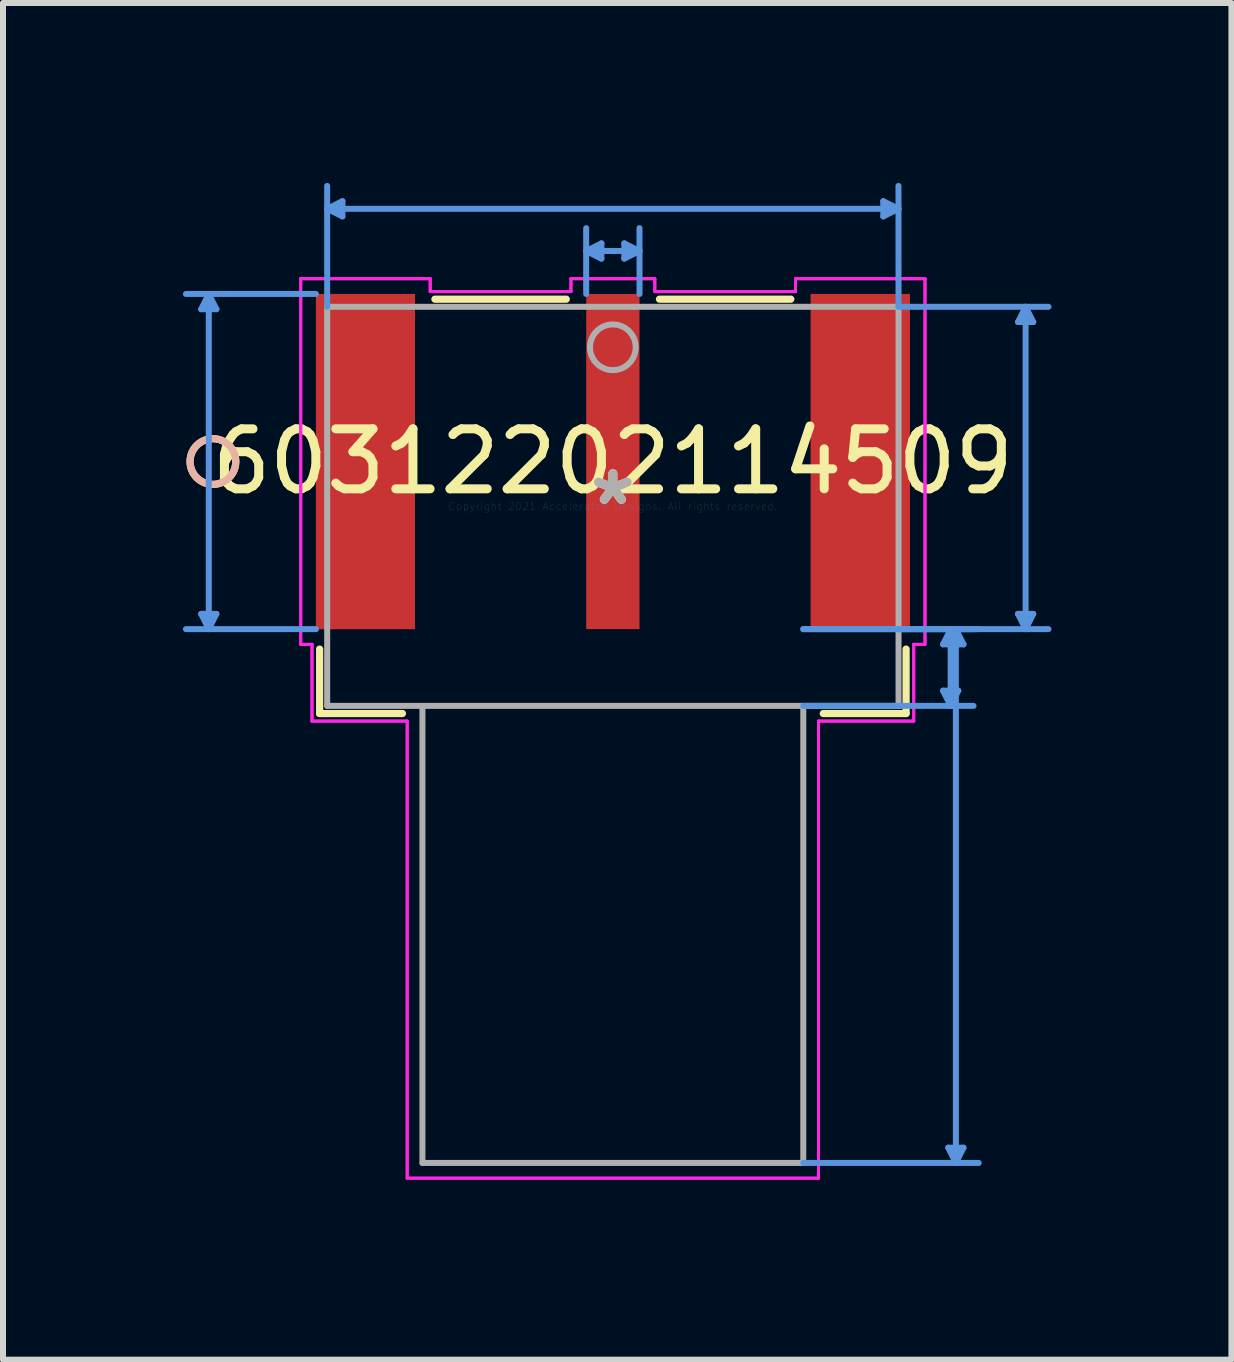
<source format=kicad_pcb>
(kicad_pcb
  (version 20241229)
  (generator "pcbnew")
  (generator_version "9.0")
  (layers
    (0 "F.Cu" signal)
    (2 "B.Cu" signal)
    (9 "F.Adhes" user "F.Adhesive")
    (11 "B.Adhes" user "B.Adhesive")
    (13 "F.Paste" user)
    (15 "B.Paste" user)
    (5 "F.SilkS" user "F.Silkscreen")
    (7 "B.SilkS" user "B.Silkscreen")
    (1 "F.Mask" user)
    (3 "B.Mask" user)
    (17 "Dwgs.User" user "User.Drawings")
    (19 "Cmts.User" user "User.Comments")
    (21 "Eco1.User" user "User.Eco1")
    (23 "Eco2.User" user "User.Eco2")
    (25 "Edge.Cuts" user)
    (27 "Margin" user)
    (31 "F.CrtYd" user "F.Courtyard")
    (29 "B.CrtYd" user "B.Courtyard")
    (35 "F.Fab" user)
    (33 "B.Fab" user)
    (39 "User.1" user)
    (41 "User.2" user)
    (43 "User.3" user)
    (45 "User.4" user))
  (footprint "60312202114509"
    (layer "F.Cu")
    (at 7.168 5.392)
    (property "Reference" "60312202114509" (at 0 -0.747 0) (layer "F.SilkS") (effects (font (size 1 1) (thickness 0.15))))
    (attr through_hole)
    (fp_line (start -4.889 2.38) (end -4.889 3.454) (stroke (width 0.12) (type solid)) (layer "F.SilkS"))
    (fp_line (start -4.889 3.454) (end -3.508 3.454) (stroke (width 0.12) (type solid)) (layer "F.SilkS"))
    (fp_line (start -0.777 -3.454) (end -2.967 -3.454) (stroke (width 0.12) (type solid)) (layer "F.SilkS"))
    (fp_line (start 2.967 -3.454) (end 0.777 -3.454) (stroke (width 0.12) (type solid)) (layer "F.SilkS"))
    (fp_line (start 3.508 3.454) (end 4.889 3.454) (stroke (width 0.12) (type solid)) (layer "F.SilkS"))
    (fp_line (start 4.889 3.454) (end 4.889 2.38) (stroke (width 0.12) (type solid)) (layer "F.SilkS"))
    (fp_circle (center -6.668 -0.747) (end -6.287 -0.747) (stroke (width 0.12) (type solid)) (fill no) (layer "F.SilkS"))
    (fp_circle (center -6.668 -0.747) (end -6.287 -0.747) (stroke (width 0.12) (type solid)) (fill no) (layer "B.SilkS"))
    (fp_line (start -6.864 1.793) (end -6.737 2.047) (stroke (width 0.1) (type solid)) (layer "Cmts.User"))
    (fp_line (start -6.864 -3.287) (end -6.737 -3.541) (stroke (width 0.1) (type solid)) (layer "Cmts.User"))
    (fp_line (start -6.864 -3.287) (end -6.61 -3.287) (stroke (width 0.1) (type solid)) (layer "Cmts.User"))
    (fp_line (start -6.737 -3.541) (end -6.737 2.047) (stroke (width 0.1) (type solid)) (layer "Cmts.User"))
    (fp_line (start -6.61 1.793) (end -6.864 1.793) (stroke (width 0.1) (type solid)) (layer "Cmts.User"))
    (fp_line (start -6.61 1.793) (end -6.737 2.047) (stroke (width 0.1) (type solid)) (layer "Cmts.User"))
    (fp_line (start -6.61 -3.287) (end -6.737 -3.541) (stroke (width 0.1) (type solid)) (layer "Cmts.User"))
    (fp_line (start -4.95 -3.541) (end -7.118 -3.541) (stroke (width 0.1) (type solid)) (layer "Cmts.User"))
    (fp_line (start -4.95 2.047) (end -7.118 2.047) (stroke (width 0.1) (type solid)) (layer "Cmts.User"))
    (fp_line (start -4.763 -4.961) (end 4.762 -4.961) (stroke (width 0.1) (type solid)) (layer "Cmts.User"))
    (fp_line (start -4.763 -3.327) (end -4.763 -5.342) (stroke (width 0.1) (type solid)) (layer "Cmts.User"))
    (fp_line (start -4.509 -4.834) (end -4.763 -4.961) (stroke (width 0.1) (type solid)) (layer "Cmts.User"))
    (fp_line (start -4.509 -4.834) (end -4.509 -5.088) (stroke (width 0.1) (type solid)) (layer "Cmts.User"))
    (fp_line (start -4.509 -5.088) (end -4.763 -4.961) (stroke (width 0.1) (type solid)) (layer "Cmts.User"))
    (fp_line (start -0.445 -4.257) (end 0.444 -4.257) (stroke (width 0.1) (type solid)) (layer "Cmts.User"))
    (fp_line (start -0.445 -3.541) (end -0.445 -4.638) (stroke (width 0.1) (type solid)) (layer "Cmts.User"))
    (fp_line (start -0.191 -4.384) (end -0.445 -4.257) (stroke (width 0.1) (type solid)) (layer "Cmts.User"))
    (fp_line (start -0.191 -4.13) (end -0.445 -4.257) (stroke (width 0.1) (type solid)) (layer "Cmts.User"))
    (fp_line (start -0.191 -4.13) (end -0.191 -4.384) (stroke (width 0.1) (type solid)) (layer "Cmts.User"))
    (fp_line (start 0.191 -4.384) (end 0.191 -4.13) (stroke (width 0.1) (type solid)) (layer "Cmts.User"))
    (fp_line (start 0.191 -4.384) (end 0.444 -4.257) (stroke (width 0.1) (type solid)) (layer "Cmts.User"))
    (fp_line (start 0.191 -4.13) (end 0.444 -4.257) (stroke (width 0.1) (type solid)) (layer "Cmts.User"))
    (fp_line (start 0.445 -3.541) (end 0.444 -4.638) (stroke (width 0.1) (type solid)) (layer "Cmts.User"))
    (fp_line (start 3.175 2.047) (end 6.013 2.047) (stroke (width 0.1) (type solid)) (layer "Cmts.User"))
    (fp_line (start 3.175 2.047) (end 6.1 2.047) (stroke (width 0.1) (type solid)) (layer "Cmts.User"))
    (fp_line (start 3.175 3.327) (end 6.013 3.327) (stroke (width 0.1) (type solid)) (layer "Cmts.User"))
    (fp_line (start 3.175 10.947) (end 6.1 10.947) (stroke (width 0.1) (type solid)) (layer "Cmts.User"))
    (fp_line (start 4.509 -4.834) (end 4.762 -4.961) (stroke (width 0.1) (type solid)) (layer "Cmts.User"))
    (fp_line (start 4.509 -5.088) (end 4.509 -4.834) (stroke (width 0.1) (type solid)) (layer "Cmts.User"))
    (fp_line (start 4.509 -5.088) (end 4.762 -4.961) (stroke (width 0.1) (type solid)) (layer "Cmts.User"))
    (fp_line (start 4.763 -3.327) (end 4.762 -5.342) (stroke (width 0.1) (type solid)) (layer "Cmts.User"))
    (fp_line (start 4.763 -3.327) (end 7.263 -3.327) (stroke (width 0.1) (type solid)) (layer "Cmts.User"))
    (fp_line (start 4.763 2.047) (end 7.263 2.047) (stroke (width 0.1) (type solid)) (layer "Cmts.User"))
    (fp_line (start 5.505 3.073) (end 5.632 3.327) (stroke (width 0.1) (type solid)) (layer "Cmts.User"))
    (fp_line (start 5.505 2.301) (end 5.632 2.047) (stroke (width 0.1) (type solid)) (layer "Cmts.User"))
    (fp_line (start 5.505 2.301) (end 5.759 2.301) (stroke (width 0.1) (type solid)) (layer "Cmts.User"))
    (fp_line (start 5.592 10.693) (end 5.719 10.947) (stroke (width 0.1) (type solid)) (layer "Cmts.User"))
    (fp_line (start 5.592 2.301) (end 5.719 2.047) (stroke (width 0.1) (type solid)) (layer "Cmts.User"))
    (fp_line (start 5.592 2.301) (end 5.846 2.301) (stroke (width 0.1) (type solid)) (layer "Cmts.User"))
    (fp_line (start 5.632 2.047) (end 5.632 3.327) (stroke (width 0.1) (type solid)) (layer "Cmts.User"))
    (fp_line (start 5.719 2.047) (end 5.719 10.947) (stroke (width 0.1) (type solid)) (layer "Cmts.User"))
    (fp_line (start 5.759 2.301) (end 5.632 2.047) (stroke (width 0.1) (type solid)) (layer "Cmts.User"))
    (fp_line (start 5.759 3.073) (end 5.505 3.073) (stroke (width 0.1) (type solid)) (layer "Cmts.User"))
    (fp_line (start 5.759 3.073) (end 5.632 3.327) (stroke (width 0.1) (type solid)) (layer "Cmts.User"))
    (fp_line (start 5.846 10.693) (end 5.592 10.693) (stroke (width 0.1) (type solid)) (layer "Cmts.User"))
    (fp_line (start 5.846 10.693) (end 5.719 10.947) (stroke (width 0.1) (type solid)) (layer "Cmts.User"))
    (fp_line (start 5.846 2.301) (end 5.719 2.047) (stroke (width 0.1) (type solid)) (layer "Cmts.User"))
    (fp_line (start 6.755 1.793) (end 6.882 2.047) (stroke (width 0.1) (type solid)) (layer "Cmts.User"))
    (fp_line (start 6.755 -3.073) (end 6.882 -3.327) (stroke (width 0.1) (type solid)) (layer "Cmts.User"))
    (fp_line (start 6.755 -3.073) (end 7.009 -3.073) (stroke (width 0.1) (type solid)) (layer "Cmts.User"))
    (fp_line (start 6.882 -3.327) (end 6.882 2.047) (stroke (width 0.1) (type solid)) (layer "Cmts.User"))
    (fp_line (start 7.009 1.793) (end 6.755 1.793) (stroke (width 0.1) (type solid)) (layer "Cmts.User"))
    (fp_line (start 7.009 1.793) (end 6.882 2.047) (stroke (width 0.1) (type solid)) (layer "Cmts.User"))
    (fp_line (start 7.009 -3.073) (end 6.882 -3.327) (stroke (width 0.1) (type solid)) (layer "Cmts.User"))
    (fp_line (start -5.204 -3.795) (end -5.204 2.301) (stroke (width 0.05) (type solid)) (layer "F.CrtYd"))
    (fp_line (start -5.204 -3.795) (end -5.204 2.301) (stroke (width 0.05) (type solid)) (layer "F.CrtYd"))
    (fp_line (start -5.204 2.301) (end -5.016 2.301) (stroke (width 0.05) (type solid)) (layer "F.CrtYd"))
    (fp_line (start -5.204 2.301) (end -5.016 2.301) (stroke (width 0.05) (type solid)) (layer "F.CrtYd"))
    (fp_line (start -5.016 2.301) (end -5.016 3.581) (stroke (width 0.05) (type solid)) (layer "F.CrtYd"))
    (fp_line (start -5.016 2.301) (end -5.016 3.581) (stroke (width 0.05) (type solid)) (layer "F.CrtYd"))
    (fp_line (start -5.016 3.581) (end -3.429 3.581) (stroke (width 0.05) (type solid)) (layer "F.CrtYd"))
    (fp_line (start -5.016 3.581) (end -3.429 3.581) (stroke (width 0.05) (type solid)) (layer "F.CrtYd"))
    (fp_line (start -3.429 3.581) (end -3.429 11.201) (stroke (width 0.05) (type solid)) (layer "F.CrtYd"))
    (fp_line (start -3.429 3.581) (end -3.429 11.201) (stroke (width 0.05) (type solid)) (layer "F.CrtYd"))
    (fp_line (start -3.429 11.201) (end 3.429 11.201) (stroke (width 0.05) (type solid)) (layer "F.CrtYd"))
    (fp_line (start -3.429 11.201) (end 3.429 11.201) (stroke (width 0.05) (type solid)) (layer "F.CrtYd"))
    (fp_line (start -3.045 -3.795) (end -5.204 -3.795) (stroke (width 0.05) (type solid)) (layer "F.CrtYd"))
    (fp_line (start -3.045 -3.795) (end -5.204 -3.795) (stroke (width 0.05) (type solid)) (layer "F.CrtYd"))
    (fp_line (start -3.045 -3.581) (end -3.045 -3.795) (stroke (width 0.05) (type solid)) (layer "F.CrtYd"))
    (fp_line (start -3.045 -3.581) (end -3.045 -3.795) (stroke (width 0.05) (type solid)) (layer "F.CrtYd"))
    (fp_line (start -0.699 -3.795) (end -0.699 -3.581) (stroke (width 0.05) (type solid)) (layer "F.CrtYd"))
    (fp_line (start -0.699 -3.795) (end -0.699 -3.581) (stroke (width 0.05) (type solid)) (layer "F.CrtYd"))
    (fp_line (start -0.699 -3.581) (end -3.045 -3.581) (stroke (width 0.05) (type solid)) (layer "F.CrtYd"))
    (fp_line (start -0.699 -3.581) (end -3.045 -3.581) (stroke (width 0.05) (type solid)) (layer "F.CrtYd"))
    (fp_line (start 0.699 -3.795) (end -0.699 -3.795) (stroke (width 0.05) (type solid)) (layer "F.CrtYd"))
    (fp_line (start 0.699 -3.795) (end -0.699 -3.795) (stroke (width 0.05) (type solid)) (layer "F.CrtYd"))
    (fp_line (start 0.699 -3.581) (end 0.699 -3.795) (stroke (width 0.05) (type solid)) (layer "F.CrtYd"))
    (fp_line (start 0.699 -3.581) (end 0.699 -3.795) (stroke (width 0.05) (type solid)) (layer "F.CrtYd"))
    (fp_line (start 3.045 -3.795) (end 3.045 -3.581) (stroke (width 0.05) (type solid)) (layer "F.CrtYd"))
    (fp_line (start 3.045 -3.795) (end 3.045 -3.581) (stroke (width 0.05) (type solid)) (layer "F.CrtYd"))
    (fp_line (start 3.045 -3.581) (end 0.699 -3.581) (stroke (width 0.05) (type solid)) (layer "F.CrtYd"))
    (fp_line (start 3.045 -3.581) (end 0.699 -3.581) (stroke (width 0.05) (type solid)) (layer "F.CrtYd"))
    (fp_line (start 3.429 3.581) (end 5.016 3.581) (stroke (width 0.05) (type solid)) (layer "F.CrtYd"))
    (fp_line (start 3.429 3.581) (end 5.016 3.581) (stroke (width 0.05) (type solid)) (layer "F.CrtYd"))
    (fp_line (start 3.429 11.201) (end 3.429 3.581) (stroke (width 0.05) (type solid)) (layer "F.CrtYd"))
    (fp_line (start 3.429 11.201) (end 3.429 3.581) (stroke (width 0.05) (type solid)) (layer "F.CrtYd"))
    (fp_line (start 5.016 2.301) (end 5.204 2.301) (stroke (width 0.05) (type solid)) (layer "F.CrtYd"))
    (fp_line (start 5.016 2.301) (end 5.204 2.301) (stroke (width 0.05) (type solid)) (layer "F.CrtYd"))
    (fp_line (start 5.016 3.581) (end 5.016 2.301) (stroke (width 0.05) (type solid)) (layer "F.CrtYd"))
    (fp_line (start 5.016 3.581) (end 5.016 2.301) (stroke (width 0.05) (type solid)) (layer "F.CrtYd"))
    (fp_line (start 5.204 -3.795) (end 3.045 -3.795) (stroke (width 0.05) (type solid)) (layer "F.CrtYd"))
    (fp_line (start 5.204 -3.795) (end 3.045 -3.795) (stroke (width 0.05) (type solid)) (layer "F.CrtYd"))
    (fp_line (start 5.204 2.301) (end 5.204 -3.795) (stroke (width 0.05) (type solid)) (layer "F.CrtYd"))
    (fp_line (start 5.204 2.301) (end 5.204 -3.795) (stroke (width 0.05) (type solid)) (layer "F.CrtYd"))
    (fp_line (start -4.763 -3.327) (end -4.763 3.327) (stroke (width 0.1) (type solid)) (layer "F.Fab"))
    (fp_line (start -4.763 3.327) (end 4.763 3.327) (stroke (width 0.1) (type solid)) (layer "F.Fab"))
    (fp_line (start -3.175 3.327) (end -3.175 10.947) (stroke (width 0.1) (type solid)) (layer "F.Fab"))
    (fp_line (start -3.175 10.947) (end 3.175 10.947) (stroke (width 0.1) (type solid)) (layer "F.Fab"))
    (fp_line (start 3.175 10.947) (end 3.175 3.327) (stroke (width 0.1) (type solid)) (layer "F.Fab"))
    (fp_line (start 4.763 -3.327) (end -4.763 -3.327) (stroke (width 0.1) (type solid)) (layer "F.Fab"))
    (fp_line (start 4.763 3.327) (end 4.763 -3.327) (stroke (width 0.1) (type solid)) (layer "F.Fab"))
    (fp_circle (center 0 -2.652) (end 0.381 -2.652) (stroke (width 0.1) (type solid)) (fill no) (layer "F.Fab"))
    (fp_text user "*" (at 0 0 0) (layer "F.SilkS") (effects (font (size 1 1) (thickness 0.15))))
    (fp_text user "Copyright 2021 Accelerated Designs. All rights reserved." (at 0 0 0) (layer "Cmts.User") (effects (font (size 0.127 0.127) (thickness 0.002))))
    (fp_text user "*" (at 0 0 0) (layer "F.Fab") (effects (font (size 1 1) (thickness 0.15))))
    (pad "1" smd rect (at 0 -0.747) (size 0.889 5.588) (layers "F.Cu" "F.Mask" "F.Paste"))
    (pad "2" smd rect (at -4.125 -0.747) (size 1.651 5.588) (layers "F.Cu" "F.Mask" "F.Paste"))
    (pad "3" smd rect (at 4.125 -0.747) (size 1.651 5.588) (layers "F.Cu" "F.Mask" "F.Paste"))
    (pad "4" smd rect (at -4.125 -0.747) (size 1.651 5.588) (layers "F.Cu" "F.Mask" "F.Paste"))
    (pad "5" smd rect (at 4.125 -0.747) (size 1.651 5.588) (layers "F.Cu" "F.Mask" "F.Paste")))
  (gr_rect
    (start -3 -3)
    (end 17.481 19.619)
    (stroke (width 0.1) (type default))
    (fill no)
    (layer "Edge.Cuts")))
</source>
